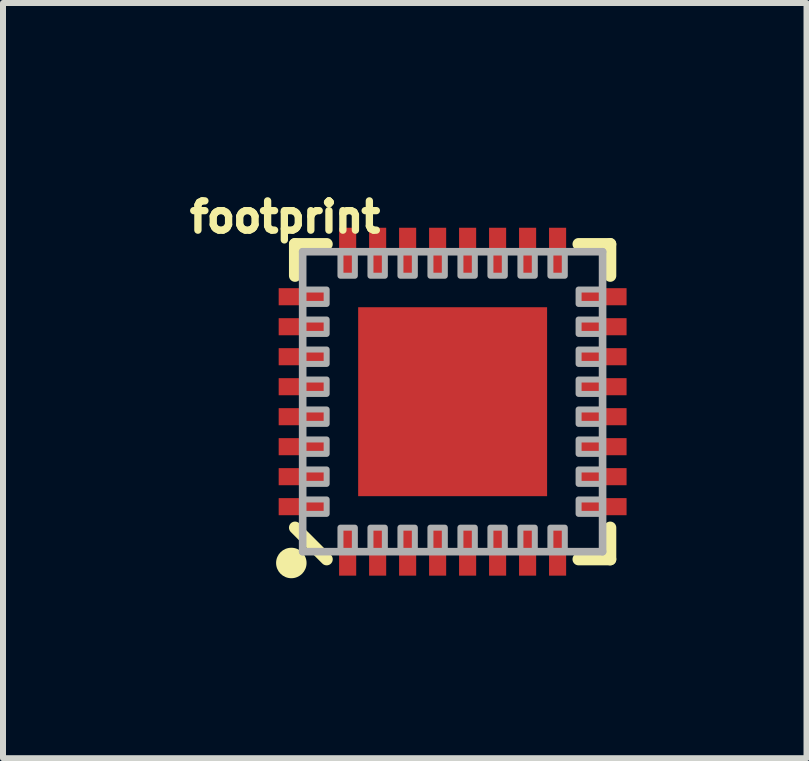
<source format=kicad_pcb>
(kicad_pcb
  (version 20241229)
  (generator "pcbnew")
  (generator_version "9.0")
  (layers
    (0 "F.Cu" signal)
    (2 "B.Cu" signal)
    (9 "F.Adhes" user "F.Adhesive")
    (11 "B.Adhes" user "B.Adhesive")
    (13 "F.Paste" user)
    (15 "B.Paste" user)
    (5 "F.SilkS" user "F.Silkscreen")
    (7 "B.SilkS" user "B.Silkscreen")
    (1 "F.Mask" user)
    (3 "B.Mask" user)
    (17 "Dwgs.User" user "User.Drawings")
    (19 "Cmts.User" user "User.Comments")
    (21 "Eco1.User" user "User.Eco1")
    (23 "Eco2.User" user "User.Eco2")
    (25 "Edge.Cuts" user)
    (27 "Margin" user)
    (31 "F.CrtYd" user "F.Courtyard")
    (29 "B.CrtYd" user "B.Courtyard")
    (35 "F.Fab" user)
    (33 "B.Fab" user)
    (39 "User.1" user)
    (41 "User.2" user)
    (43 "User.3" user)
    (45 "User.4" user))
  (footprint "footprint"
    (layer "F.Cu")
    (at 4.496 3.647)
    (property "Reference" "footprint" (at -2.794 -2.794 0) (layer "F.SilkS") (effects (font (size 0.488 0.488) (thickness 0.122)) (justify bottom)))
    (fp_line (start -2.627 -2.627) (end -2.1 -2.627) (stroke (width 0.203) (type solid)) (layer "F.SilkS"))
    (fp_line (start -2.627 -2.1) (end -2.627 -2.627) (stroke (width 0.203) (type solid)) (layer "F.SilkS"))
    (fp_line (start -2.627 2.1) (end -2.1 2.627) (stroke (width 0.203) (type solid)) (layer "F.SilkS"))
    (fp_line (start 2.1 -2.627) (end 2.627 -2.627) (stroke (width 0.203) (type solid)) (layer "F.SilkS"))
    (fp_line (start 2.627 -2.627) (end 2.627 -2.1) (stroke (width 0.203) (type solid)) (layer "F.SilkS"))
    (fp_line (start 2.627 2.1) (end 2.627 2.627) (stroke (width 0.203) (type solid)) (layer "F.SilkS"))
    (fp_line (start 2.627 2.627) (end 2.1 2.627) (stroke (width 0.203) (type solid)) (layer "F.SilkS"))
    (fp_circle (center -2.689 2.689) (end -2.562 2.689) (stroke (width 0.254) (type solid)) (fill yes) (layer "F.SilkS"))
    (fp_poly (pts (xy -1.45 -0.15) (xy -0.15 -0.15) (xy -0.15 -1.45) (xy -1.45 -1.45)) (stroke (width 0) (type solid)) (fill yes) (layer "F.Paste"))
    (fp_poly (pts (xy -0.15 1.45) (xy -0.15 0.15) (xy -1.45 0.15) (xy -1.45 1.45)) (stroke (width 0) (type solid)) (fill yes) (layer "F.Paste"))
    (fp_poly (pts (xy 0.15 -1.45) (xy 0.15 -0.15) (xy 1.45 -0.15) (xy 1.45 -1.45)) (stroke (width 0) (type solid)) (fill yes) (layer "F.Paste"))
    (fp_poly (pts (xy 1.45 0.15) (xy 0.15 0.15) (xy 0.15 1.45) (xy 1.45 1.45)) (stroke (width 0) (type solid)) (fill yes) (layer "F.Paste"))
    (fp_line (start -2.5 -2.5) (end -2.5 2.5) (stroke (width 0.127) (type solid)) (layer "F.Fab"))
    (fp_line (start -2.5 2.5) (end 2.5 2.5) (stroke (width 0.127) (type solid)) (layer "F.Fab"))
    (fp_line (start 2.5 -2.5) (end -2.5 -2.5) (stroke (width 0.127) (type solid)) (layer "F.Fab"))
    (fp_line (start 2.5 2.5) (end 2.5 -2.5) (stroke (width 0.127) (type solid)) (layer "F.Fab"))
    (fp_poly (pts (xy -2.5 -1.63) (xy -2.1 -1.63) (xy -2.1 -1.87) (xy -2.5 -1.87)) (stroke (width 0.1) (type solid)) (fill no) (layer "F.Fab"))
    (fp_poly (pts (xy -2.5 -1.13) (xy -2.1 -1.13) (xy -2.1 -1.37) (xy -2.5 -1.37)) (stroke (width 0.1) (type solid)) (fill no) (layer "F.Fab"))
    (fp_poly (pts (xy -2.5 -0.63) (xy -2.1 -0.63) (xy -2.1 -0.87) (xy -2.5 -0.87)) (stroke (width 0.1) (type solid)) (fill no) (layer "F.Fab"))
    (fp_poly (pts (xy -2.5 -0.13) (xy -2.1 -0.13) (xy -2.1 -0.37) (xy -2.5 -0.37)) (stroke (width 0.1) (type solid)) (fill no) (layer "F.Fab"))
    (fp_poly (pts (xy -2.5 0.37) (xy -2.1 0.37) (xy -2.1 0.13) (xy -2.5 0.13)) (stroke (width 0.1) (type solid)) (fill no) (layer "F.Fab"))
    (fp_poly (pts (xy -2.5 0.87) (xy -2.1 0.87) (xy -2.1 0.63) (xy -2.5 0.63)) (stroke (width 0.1) (type solid)) (fill no) (layer "F.Fab"))
    (fp_poly (pts (xy -2.5 1.37) (xy -2.1 1.37) (xy -2.1 1.13) (xy -2.5 1.13)) (stroke (width 0.1) (type solid)) (fill no) (layer "F.Fab"))
    (fp_poly (pts (xy -2.5 1.87) (xy -2.1 1.87) (xy -2.1 1.63) (xy -2.5 1.63)) (stroke (width 0.1) (type solid)) (fill no) (layer "F.Fab"))
    (fp_poly (pts (xy -1.87 -2.5) (xy -1.87 -2.1) (xy -1.63 -2.1) (xy -1.63 -2.5)) (stroke (width 0.1) (type solid)) (fill no) (layer "F.Fab"))
    (fp_poly (pts (xy -1.63 2.5) (xy -1.63 2.1) (xy -1.87 2.1) (xy -1.87 2.5)) (stroke (width 0.1) (type solid)) (fill no) (layer "F.Fab"))
    (fp_poly (pts (xy -1.37 -2.5) (xy -1.37 -2.1) (xy -1.13 -2.1) (xy -1.13 -2.5)) (stroke (width 0.1) (type solid)) (fill no) (layer "F.Fab"))
    (fp_poly (pts (xy -1.13 2.5) (xy -1.13 2.1) (xy -1.37 2.1) (xy -1.37 2.5)) (stroke (width 0.1) (type solid)) (fill no) (layer "F.Fab"))
    (fp_poly (pts (xy -0.87 -2.5) (xy -0.87 -2.1) (xy -0.63 -2.1) (xy -0.63 -2.5)) (stroke (width 0.1) (type solid)) (fill no) (layer "F.Fab"))
    (fp_poly (pts (xy -0.63 2.5) (xy -0.63 2.1) (xy -0.87 2.1) (xy -0.87 2.5)) (stroke (width 0.1) (type solid)) (fill no) (layer "F.Fab"))
    (fp_poly (pts (xy -0.37 -2.5) (xy -0.37 -2.1) (xy -0.13 -2.1) (xy -0.13 -2.5)) (stroke (width 0.1) (type solid)) (fill no) (layer "F.Fab"))
    (fp_poly (pts (xy -0.13 2.5) (xy -0.13 2.1) (xy -0.37 2.1) (xy -0.37 2.5)) (stroke (width 0.1) (type solid)) (fill no) (layer "F.Fab"))
    (fp_poly (pts (xy 0.13 -2.5) (xy 0.13 -2.1) (xy 0.37 -2.1) (xy 0.37 -2.5)) (stroke (width 0.1) (type solid)) (fill no) (layer "F.Fab"))
    (fp_poly (pts (xy 0.37 2.5) (xy 0.37 2.1) (xy 0.13 2.1) (xy 0.13 2.5)) (stroke (width 0.1) (type solid)) (fill no) (layer "F.Fab"))
    (fp_poly (pts (xy 0.63 -2.5) (xy 0.63 -2.1) (xy 0.87 -2.1) (xy 0.87 -2.5)) (stroke (width 0.1) (type solid)) (fill no) (layer "F.Fab"))
    (fp_poly (pts (xy 0.87 2.5) (xy 0.87 2.1) (xy 0.63 2.1) (xy 0.63 2.5)) (stroke (width 0.1) (type solid)) (fill no) (layer "F.Fab"))
    (fp_poly (pts (xy 1.13 -2.5) (xy 1.13 -2.1) (xy 1.37 -2.1) (xy 1.37 -2.5)) (stroke (width 0.1) (type solid)) (fill no) (layer "F.Fab"))
    (fp_poly (pts (xy 1.37 2.5) (xy 1.37 2.1) (xy 1.13 2.1) (xy 1.13 2.5)) (stroke (width 0.1) (type solid)) (fill no) (layer "F.Fab"))
    (fp_poly (pts (xy 1.63 -2.5) (xy 1.63 -2.1) (xy 1.87 -2.1) (xy 1.87 -2.5)) (stroke (width 0.1) (type solid)) (fill no) (layer "F.Fab"))
    (fp_poly (pts (xy 1.87 2.5) (xy 1.87 2.1) (xy 1.63 2.1) (xy 1.63 2.5)) (stroke (width 0.1) (type solid)) (fill no) (layer "F.Fab"))
    (fp_poly (pts (xy 2.5 -1.87) (xy 2.1 -1.87) (xy 2.1 -1.63) (xy 2.5 -1.63)) (stroke (width 0.1) (type solid)) (fill no) (layer "F.Fab"))
    (fp_poly (pts (xy 2.5 -1.37) (xy 2.1 -1.37) (xy 2.1 -1.13) (xy 2.5 -1.13)) (stroke (width 0.1) (type solid)) (fill no) (layer "F.Fab"))
    (fp_poly (pts (xy 2.5 -0.87) (xy 2.1 -0.87) (xy 2.1 -0.63) (xy 2.5 -0.63)) (stroke (width 0.1) (type solid)) (fill no) (layer "F.Fab"))
    (fp_poly (pts (xy 2.5 -0.37) (xy 2.1 -0.37) (xy 2.1 -0.13) (xy 2.5 -0.13)) (stroke (width 0.1) (type solid)) (fill no) (layer "F.Fab"))
    (fp_poly (pts (xy 2.5 0.13) (xy 2.1 0.13) (xy 2.1 0.37) (xy 2.5 0.37)) (stroke (width 0.1) (type solid)) (fill no) (layer "F.Fab"))
    (fp_poly (pts (xy 2.5 0.63) (xy 2.1 0.63) (xy 2.1 0.87) (xy 2.5 0.87)) (stroke (width 0.1) (type solid)) (fill no) (layer "F.Fab"))
    (fp_poly (pts (xy 2.5 1.13) (xy 2.1 1.13) (xy 2.1 1.37) (xy 2.5 1.37)) (stroke (width 0.1) (type solid)) (fill no) (layer "F.Fab"))
    (fp_poly (pts (xy 2.5 1.63) (xy 2.1 1.63) (xy 2.1 1.87) (xy 2.5 1.87)) (stroke (width 0.1) (type solid)) (fill no) (layer "F.Fab"))
    (pad "1" smd rect (at -1.75 2.5 90) (size 0.8 0.285) (layers "F.Cu" "F.Mask" "F.Paste"))
    (pad "2" smd rect (at -1.25 2.5 90) (size 0.8 0.285) (layers "F.Cu" "F.Mask" "F.Paste"))
    (pad "3" smd rect (at -0.75 2.5 90) (size 0.8 0.285) (layers "F.Cu" "F.Mask" "F.Paste"))
    (pad "4" smd rect (at -0.25 2.5 90) (size 0.8 0.285) (layers "F.Cu" "F.Mask" "F.Paste"))
    (pad "5" smd rect (at 0.25 2.5 90) (size 0.8 0.285) (layers "F.Cu" "F.Mask" "F.Paste"))
    (pad "6" smd rect (at 0.75 2.5 90) (size 0.8 0.285) (layers "F.Cu" "F.Mask" "F.Paste"))
    (pad "7" smd rect (at 1.25 2.5 90) (size 0.8 0.285) (layers "F.Cu" "F.Mask" "F.Paste"))
    (pad "8" smd rect (at 1.75 2.5 90) (size 0.8 0.285) (layers "F.Cu" "F.Mask" "F.Paste"))
    (pad "9" smd rect (at 2.5 1.75 180) (size 0.8 0.285) (layers "F.Cu" "F.Mask" "F.Paste"))
    (pad "10" smd rect (at 2.5 1.25 180) (size 0.8 0.285) (layers "F.Cu" "F.Mask" "F.Paste"))
    (pad "11" smd rect (at 2.5 0.75 180) (size 0.8 0.285) (layers "F.Cu" "F.Mask" "F.Paste"))
    (pad "12" smd rect (at 2.5 0.25 180) (size 0.8 0.285) (layers "F.Cu" "F.Mask" "F.Paste"))
    (pad "13" smd rect (at 2.5 -0.25 180) (size 0.8 0.285) (layers "F.Cu" "F.Mask" "F.Paste"))
    (pad "14" smd rect (at 2.5 -0.75 180) (size 0.8 0.285) (layers "F.Cu" "F.Mask" "F.Paste"))
    (pad "15" smd rect (at 2.5 -1.25 180) (size 0.8 0.285) (layers "F.Cu" "F.Mask" "F.Paste"))
    (pad "16" smd rect (at 2.5 -1.75 180) (size 0.8 0.285) (layers "F.Cu" "F.Mask" "F.Paste"))
    (pad "17" smd rect (at 1.75 -2.5 270) (size 0.8 0.285) (layers "F.Cu" "F.Mask" "F.Paste"))
    (pad "18" smd rect (at 1.25 -2.5 270) (size 0.8 0.285) (layers "F.Cu" "F.Mask" "F.Paste"))
    (pad "19" smd rect (at 0.75 -2.5 270) (size 0.8 0.285) (layers "F.Cu" "F.Mask" "F.Paste"))
    (pad "20" smd rect (at 0.25 -2.5 270) (size 0.8 0.285) (layers "F.Cu" "F.Mask" "F.Paste"))
    (pad "21" smd rect (at -0.25 -2.5 270) (size 0.8 0.285) (layers "F.Cu" "F.Mask" "F.Paste"))
    (pad "22" smd rect (at -0.75 -2.5 270) (size 0.8 0.285) (layers "F.Cu" "F.Mask" "F.Paste"))
    (pad "23" smd rect (at -1.25 -2.5 270) (size 0.8 0.285) (layers "F.Cu" "F.Mask" "F.Paste"))
    (pad "24" smd rect (at -1.75 -2.5 270) (size 0.8 0.285) (layers "F.Cu" "F.Mask" "F.Paste"))
    (pad "25" smd rect (at -2.5 -1.75) (size 0.8 0.285) (layers "F.Cu" "F.Mask" "F.Paste"))
    (pad "26" smd rect (at -2.5 -1.25) (size 0.8 0.285) (layers "F.Cu" "F.Mask" "F.Paste"))
    (pad "27" smd rect (at -2.5 -0.75) (size 0.8 0.285) (layers "F.Cu" "F.Mask" "F.Paste"))
    (pad "28" smd rect (at -2.5 -0.25) (size 0.8 0.285) (layers "F.Cu" "F.Mask" "F.Paste"))
    (pad "29" smd rect (at -2.5 0.25) (size 0.8 0.285) (layers "F.Cu" "F.Mask" "F.Paste"))
    (pad "30" smd rect (at -2.5 0.75) (size 0.8 0.285) (layers "F.Cu" "F.Mask" "F.Paste"))
    (pad "31" smd rect (at -2.5 1.25) (size 0.8 0.285) (layers "F.Cu" "F.Mask" "F.Paste"))
    (pad "32" smd rect (at -2.5 1.75) (size 0.8 0.285) (layers "F.Cu" "F.Mask" "F.Paste"))
    (pad "EP" smd rect (at 0 0) (size 3.15 3.15) (layers "F.Cu" "F.Mask")))
  (gr_rect
    (start -3 -3)
    (end 10.396 9.59)
    (stroke (width 0.1) (type default))
    (fill no)
    (layer "Edge.Cuts")))
</source>
